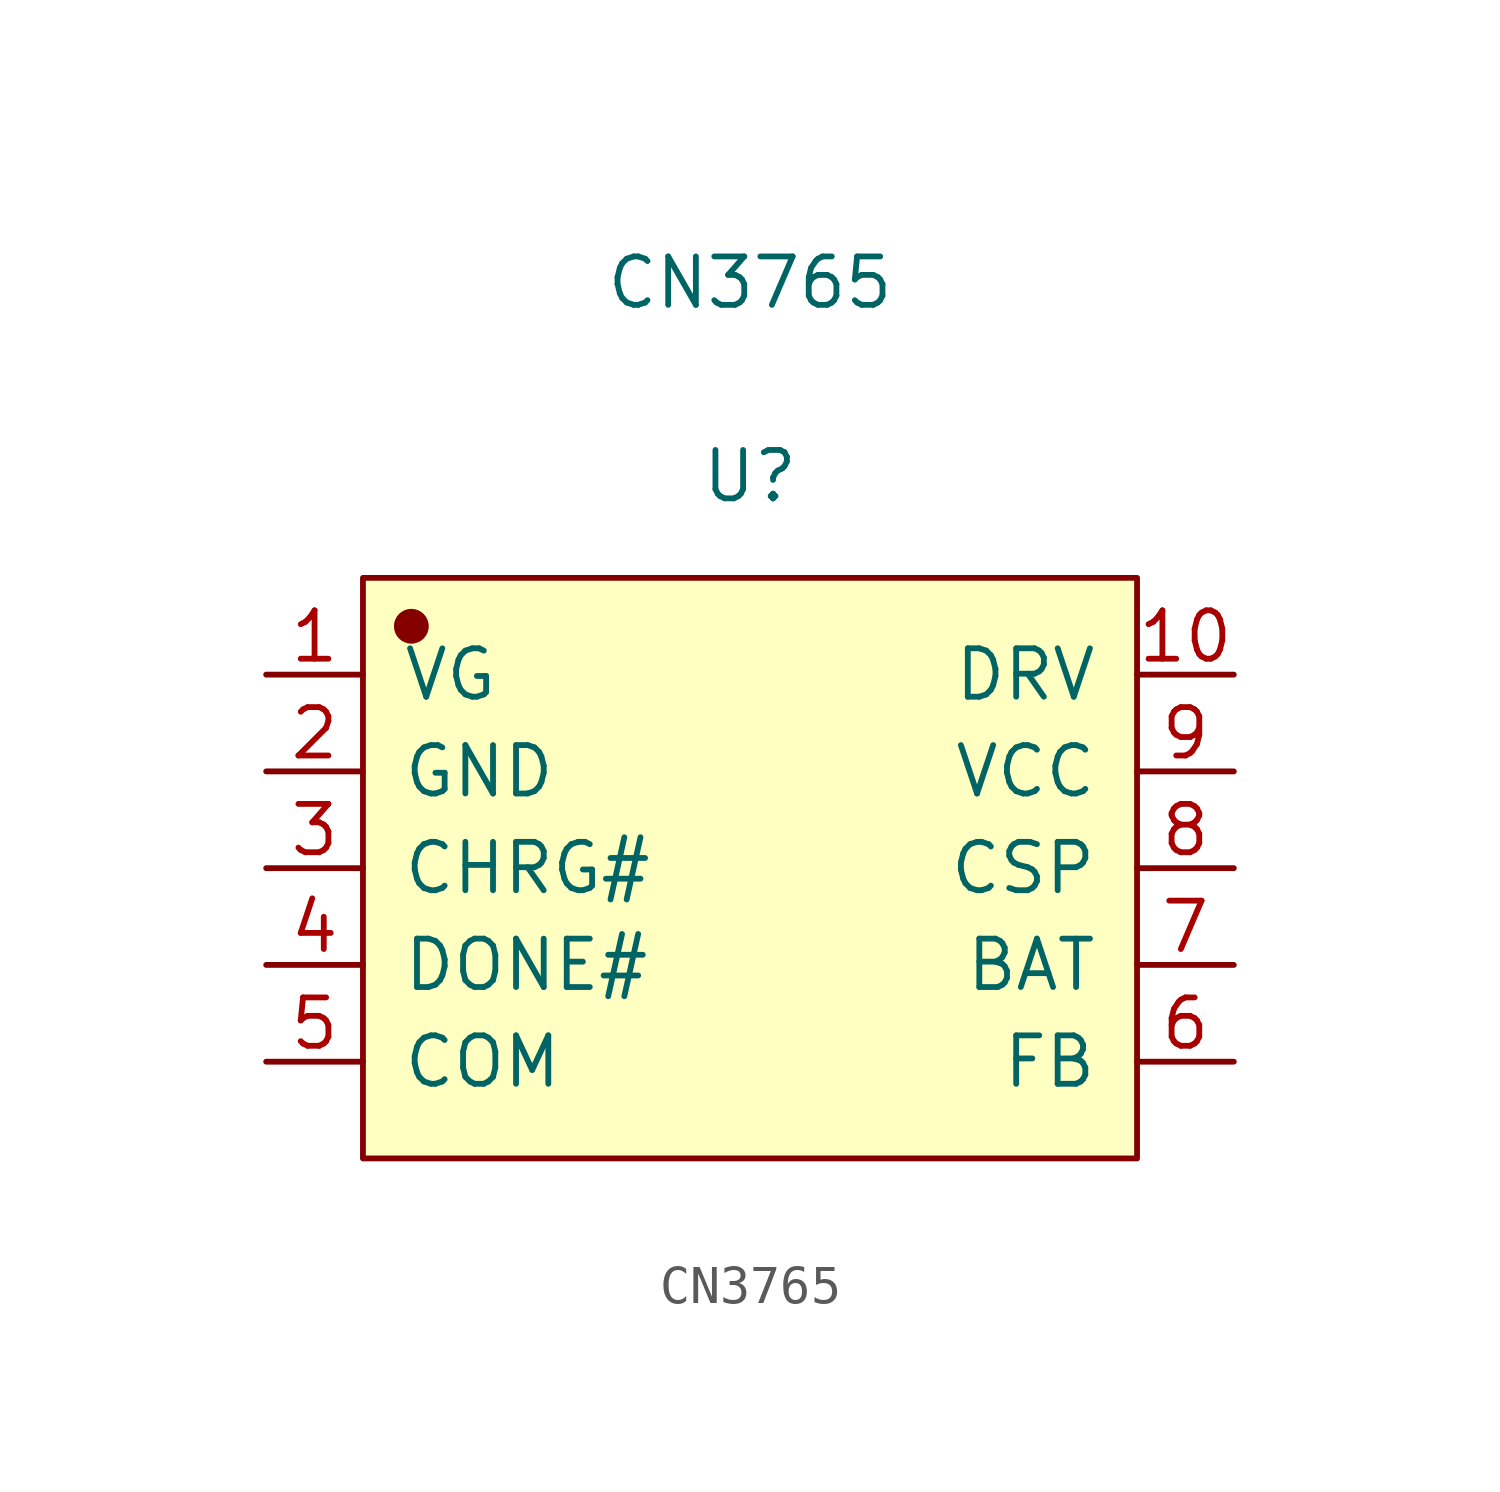
<source format=kicad_sym>
(kicad_symbol_lib
  (version 20211014)
  (generator kicad_symbol_editor)
  (symbol "CN3765"
    (pin_names
      (offset 1.016))
    (property "Reference" "U"
      (at 0 10.287 0)
      (effects (font (size 1.27 1.27))))
    (property "Value" "CN3765"
      (at 0 15.367 0)
      (effects (font (size 1.27 1.27))))
    (symbol "CN3765_1_1"
      (rectangle (start -10.16 7.62) (end 10.16 -7.62) (stroke (width 0.152) (type default) (color 0 0 0 0)) (fill (type background)))
      (circle (center -8.89 6.35) (radius 0.381) (stroke (width 0.152) (type default) (color 0 0 0 0)) (fill (type outline)))
      (pin input line (at -12.7 5.08 0) (length 2.54) (name "VG" (effects (font (size 1.27 1.27)))) (number "1" (effects (font (size 1.27 1.27)))))
      (pin input line (at 12.7 5.08 180) (length 2.54) (name "DRV" (effects (font (size 1.27 1.27)))) (number "10" (effects (font (size 1.27 1.27)))))
      (pin input line (at -12.7 2.54 0) (length 2.54) (name "GND" (effects (font (size 1.27 1.27)))) (number "2" (effects (font (size 1.27 1.27)))))
      (pin input line (at -12.7 0 0) (length 2.54) (name "CHRG#" (effects (font (size 1.27 1.27)))) (number "3" (effects (font (size 1.27 1.27)))))
      (pin input line (at -12.7 -2.54 0) (length 2.54) (name "DONE#" (effects (font (size 1.27 1.27)))) (number "4" (effects (font (size 1.27 1.27)))))
      (pin input line (at -12.7 -5.08 0) (length 2.54) (name "COM" (effects (font (size 1.27 1.27)))) (number "5" (effects (font (size 1.27 1.27)))))
      (pin input line (at 12.7 -5.08 180) (length 2.54) (name "FB" (effects (font (size 1.27 1.27)))) (number "6" (effects (font (size 1.27 1.27)))))
      (pin input line (at 12.7 -2.54 180) (length 2.54) (name "BAT" (effects (font (size 1.27 1.27)))) (number "7" (effects (font (size 1.27 1.27)))))
      (pin input line (at 12.7 0 180) (length 2.54) (name "CSP" (effects (font (size 1.27 1.27)))) (number "8" (effects (font (size 1.27 1.27)))))
      (pin input line (at 12.7 2.54 180) (length 2.54) (name "VCC" (effects (font (size 1.27 1.27)))) (number "9" (effects (font (size 1.27 1.27))))))))
</source>
